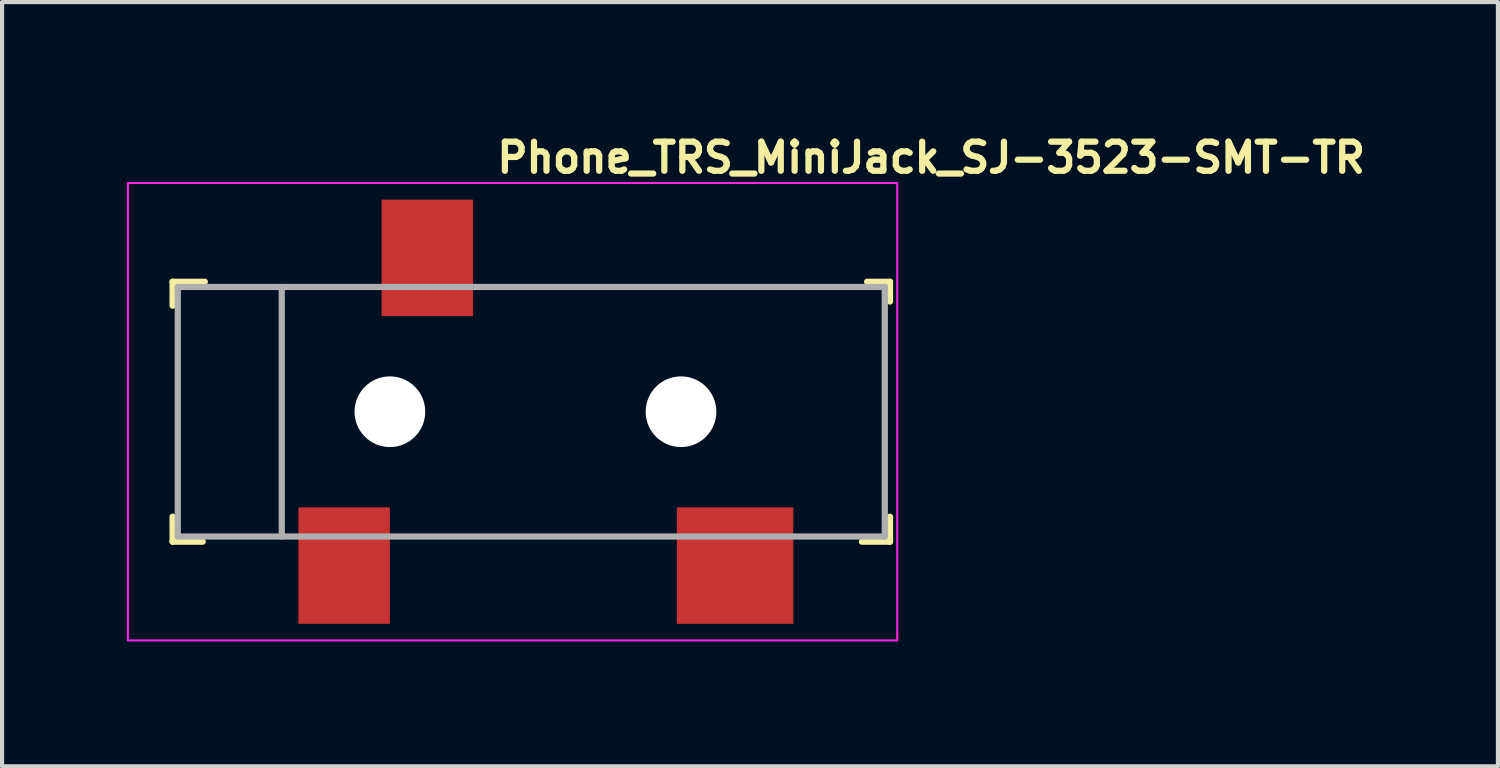
<source format=kicad_pcb>
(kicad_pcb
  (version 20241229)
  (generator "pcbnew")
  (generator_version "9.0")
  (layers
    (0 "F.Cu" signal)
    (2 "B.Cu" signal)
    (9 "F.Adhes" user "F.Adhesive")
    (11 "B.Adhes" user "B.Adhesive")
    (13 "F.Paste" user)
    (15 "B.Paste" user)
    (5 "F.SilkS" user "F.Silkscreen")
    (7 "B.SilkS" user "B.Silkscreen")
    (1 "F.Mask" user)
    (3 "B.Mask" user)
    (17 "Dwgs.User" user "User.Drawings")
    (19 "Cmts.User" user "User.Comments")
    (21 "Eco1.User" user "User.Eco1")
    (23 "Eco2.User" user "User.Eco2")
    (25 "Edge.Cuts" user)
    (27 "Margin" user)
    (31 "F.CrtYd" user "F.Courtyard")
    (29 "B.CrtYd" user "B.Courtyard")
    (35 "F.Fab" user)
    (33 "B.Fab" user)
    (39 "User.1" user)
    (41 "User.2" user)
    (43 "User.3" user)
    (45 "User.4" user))
  (footprint "Phone_TRS_MiniJack_SJ-3523-SMT-TR"
    (layer "F.Cu")
    (at 8.825 6.85)
    (property "Reference" "Phone_TRS_MiniJack_SJ-3523-SMT-TR" (at 0 -5.7 0) (layer "F.SilkS") (effects (font (size 0.7 0.7) (thickness 0.15)) (justify left bottom)))
    (attr smd)
    (fp_line (start -7.725 -3.125) (end -7.725 -2.55) (stroke (width 0.15) (type solid)) (layer "F.SilkS"))
    (fp_line (start -7.725 2.525) (end -7.725 3.125) (stroke (width 0.15) (type solid)) (layer "F.SilkS"))
    (fp_line (start -7.725 3.125) (end -7 3.125) (stroke (width 0.15) (type solid)) (layer "F.SilkS"))
    (fp_line (start -6.95 -3.125) (end -7.725 -3.125) (stroke (width 0.15) (type solid)) (layer "F.SilkS"))
    (fp_line (start 8.975 -3.125) (end 9.525 -3.125) (stroke (width 0.15) (type solid)) (layer "F.SilkS"))
    (fp_line (start 9.525 -3.125) (end 9.525 -2.65) (stroke (width 0.15) (type solid)) (layer "F.SilkS"))
    (fp_line (start 9.525 2.525) (end 9.525 3.125) (stroke (width 0.15) (type solid)) (layer "F.SilkS"))
    (fp_line (start 9.525 3.125) (end 8.85 3.125) (stroke (width 0.15) (type solid)) (layer "F.SilkS"))
    (fp_rect (start -8.8 -5.5) (end 9.7 5.5) (stroke (width 0.05) (type solid)) (fill no) (layer "F.CrtYd"))
    (fp_line (start -7.6 -3) (end -7.6 3) (stroke (width 0.15) (type solid)) (layer "F.Fab"))
    (fp_line (start -5.1 -3) (end -5.1 3) (stroke (width 0.15) (type solid)) (layer "F.Fab"))
    (fp_line (start 9.4 -3) (end -7.6 -3) (stroke (width 0.15) (type solid)) (layer "F.Fab"))
    (fp_line (start 9.4 -3) (end 9.4 3) (stroke (width 0.15) (type solid)) (layer "F.Fab"))
    (fp_line (start 9.4 3) (end -7.6 3) (stroke (width 0.15) (type solid)) (layer "F.Fab"))
    (fp_rect (start -8.5 -4.5) (end 8.5 4.5) (stroke (width 0.1) (type solid)) (fill no) (layer "User.5"))
    (fp_line (start -8.5 -2.325) (end -8.325 -2.5) (stroke (width 0.02) (type solid)) (layer "User.9"))
    (fp_line (start -8.5 -2.267) (end -8.5 -2.325) (stroke (width 0.02) (type solid)) (layer "User.9"))
    (fp_line (start -8.5 -2.267) (end -8.5 -2.267) (stroke (width 0.02) (type solid)) (layer "User.9"))
    (fp_line (start -8.5 -2.095) (end -8.5 -2.267) (stroke (width 0.02) (type solid)) (layer "User.9"))
    (fp_line (start -8.5 -2.095) (end -8.5 -2.095) (stroke (width 0.02) (type solid)) (layer "User.9"))
    (fp_line (start -8.5 -1.818) (end -8.5 -2.095) (stroke (width 0.02) (type solid)) (layer "User.9"))
    (fp_line (start -8.5 -1.818) (end -8.5 -1.818) (stroke (width 0.02) (type solid)) (layer "User.9"))
    (fp_line (start -8.5 -1.45) (end -8.5 -1.818) (stroke (width 0.02) (type solid)) (layer "User.9"))
    (fp_line (start -8.5 -1.45) (end -8.5 -1.45) (stroke (width 0.02) (type solid)) (layer "User.9"))
    (fp_line (start -8.5 -1.009) (end -8.5 -1.45) (stroke (width 0.02) (type solid)) (layer "User.9"))
    (fp_line (start -8.5 -1.009) (end -8.5 -1.009) (stroke (width 0.02) (type solid)) (layer "User.9"))
    (fp_line (start -8.5 -0.517) (end -8.5 -1.009) (stroke (width 0.02) (type solid)) (layer "User.9"))
    (fp_line (start -8.5 -0.517) (end -8.5 -0.517) (stroke (width 0.02) (type solid)) (layer "User.9"))
    (fp_line (start -8.5 0) (end -8.5 -0.517) (stroke (width 0.02) (type solid)) (layer "User.9"))
    (fp_line (start -8.5 0) (end -8.5 0) (stroke (width 0.02) (type solid)) (layer "User.9"))
    (fp_line (start -8.5 0.517) (end -8.5 0) (stroke (width 0.02) (type solid)) (layer "User.9"))
    (fp_line (start -8.5 0.517) (end -8.5 0.517) (stroke (width 0.02) (type solid)) (layer "User.9"))
    (fp_line (start -8.5 1.009) (end -8.5 0.517) (stroke (width 0.02) (type solid)) (layer "User.9"))
    (fp_line (start -8.5 1.009) (end -8.5 1.009) (stroke (width 0.02) (type solid)) (layer "User.9"))
    (fp_line (start -8.5 1.45) (end -8.5 1.009) (stroke (width 0.02) (type solid)) (layer "User.9"))
    (fp_line (start -8.5 1.45) (end -8.5 1.45) (stroke (width 0.02) (type solid)) (layer "User.9"))
    (fp_line (start -8.5 1.818) (end -8.5 1.45) (stroke (width 0.02) (type solid)) (layer "User.9"))
    (fp_line (start -8.5 1.818) (end -8.5 1.818) (stroke (width 0.02) (type solid)) (layer "User.9"))
    (fp_line (start -8.5 2.095) (end -8.5 1.818) (stroke (width 0.02) (type solid)) (layer "User.9"))
    (fp_line (start -8.5 2.095) (end -8.5 2.095) (stroke (width 0.02) (type solid)) (layer "User.9"))
    (fp_line (start -8.5 2.267) (end -8.5 2.095) (stroke (width 0.02) (type solid)) (layer "User.9"))
    (fp_line (start -8.5 2.267) (end -8.5 2.267) (stroke (width 0.02) (type solid)) (layer "User.9"))
    (fp_line (start -8.5 2.325) (end -8.5 2.267) (stroke (width 0.02) (type solid)) (layer "User.9"))
    (fp_line (start -8.5 2.325) (end -8.325 2.5) (stroke (width 0.02) (type solid)) (layer "User.9"))
    (fp_line (start -8.325 -2.5) (end -8.325 -2.484) (stroke (width 0.02) (type solid)) (layer "User.9"))
    (fp_line (start -8.325 -2.484) (end -8.325 -2.484) (stroke (width 0.02) (type solid)) (layer "User.9"))
    (fp_line (start -8.325 -2.484) (end -8.325 -2.437) (stroke (width 0.02) (type solid)) (layer "User.9"))
    (fp_line (start -8.325 -2.437) (end -8.325 -2.437) (stroke (width 0.02) (type solid)) (layer "User.9"))
    (fp_line (start -8.325 -2.437) (end -8.325 -2.36) (stroke (width 0.02) (type solid)) (layer "User.9"))
    (fp_line (start -8.325 -2.36) (end -8.325 -2.36) (stroke (width 0.02) (type solid)) (layer "User.9"))
    (fp_line (start -8.325 -2.36) (end -8.325 -2.252) (stroke (width 0.02) (type solid)) (layer "User.9"))
    (fp_line (start -8.325 -2.252) (end -8.325 -2.252) (stroke (width 0.02) (type solid)) (layer "User.9"))
    (fp_line (start -8.325 -2.252) (end -8.325 -2.117) (stroke (width 0.02) (type solid)) (layer "User.9"))
    (fp_line (start -8.325 -2.117) (end -8.325 -2.117) (stroke (width 0.02) (type solid)) (layer "User.9"))
    (fp_line (start -8.325 -2.117) (end -8.325 -1.955) (stroke (width 0.02) (type solid)) (layer "User.9"))
    (fp_line (start -8.325 -1.955) (end -8.325 -1.955) (stroke (width 0.02) (type solid)) (layer "User.9"))
    (fp_line (start -8.325 -1.955) (end -8.325 -1.768) (stroke (width 0.02) (type solid)) (layer "User.9"))
    (fp_line (start -8.325 -1.768) (end -8.325 -1.768) (stroke (width 0.02) (type solid)) (layer "User.9"))
    (fp_line (start -8.325 -1.768) (end -8.325 -1.559) (stroke (width 0.02) (type solid)) (layer "User.9"))
    (fp_line (start -8.325 -1.559) (end -8.325 -1.559) (stroke (width 0.02) (type solid)) (layer "User.9"))
    (fp_line (start -8.325 -1.559) (end -8.325 -1.33) (stroke (width 0.02) (type solid)) (layer "User.9"))
    (fp_line (start -8.325 -1.33) (end -8.325 -1.33) (stroke (width 0.02) (type solid)) (layer "User.9"))
    (fp_line (start -8.325 -1.33) (end -8.325 -1.085) (stroke (width 0.02) (type solid)) (layer "User.9"))
    (fp_line (start -8.325 -1.085) (end -8.325 -1.085) (stroke (width 0.02) (type solid)) (layer "User.9"))
    (fp_line (start -8.325 -1.085) (end -8.325 -0.826) (stroke (width 0.02) (type solid)) (layer "User.9"))
    (fp_line (start -8.325 -0.826) (end -8.325 -0.826) (stroke (width 0.02) (type solid)) (layer "User.9"))
    (fp_line (start -8.325 -0.826) (end -8.325 -0.556) (stroke (width 0.02) (type solid)) (layer "User.9"))
    (fp_line (start -8.325 -0.556) (end -8.325 -0.556) (stroke (width 0.02) (type solid)) (layer "User.9"))
    (fp_line (start -8.325 -0.556) (end -8.325 0) (stroke (width 0.02) (type solid)) (layer "User.9"))
    (fp_line (start -8.325 0) (end -8.325 0.28) (stroke (width 0.02) (type solid)) (layer "User.9"))
    (fp_line (start -8.325 0.28) (end -8.325 0.28) (stroke (width 0.02) (type solid)) (layer "User.9"))
    (fp_line (start -8.325 0.28) (end -8.325 0.826) (stroke (width 0.02) (type solid)) (layer "User.9"))
    (fp_line (start -8.325 0.826) (end -8.325 0.826) (stroke (width 0.02) (type solid)) (layer "User.9"))
    (fp_line (start -8.325 0.826) (end -8.325 1.085) (stroke (width 0.02) (type solid)) (layer "User.9"))
    (fp_line (start -8.325 1.085) (end -8.325 1.085) (stroke (width 0.02) (type solid)) (layer "User.9"))
    (fp_line (start -8.325 1.085) (end -8.325 1.33) (stroke (width 0.02) (type solid)) (layer "User.9"))
    (fp_line (start -8.325 1.33) (end -8.325 1.33) (stroke (width 0.02) (type solid)) (layer "User.9"))
    (fp_line (start -8.325 1.33) (end -8.325 1.559) (stroke (width 0.02) (type solid)) (layer "User.9"))
    (fp_line (start -8.325 1.559) (end -8.325 1.559) (stroke (width 0.02) (type solid)) (layer "User.9"))
    (fp_line (start -8.325 1.559) (end -8.325 1.768) (stroke (width 0.02) (type solid)) (layer "User.9"))
    (fp_line (start -8.325 1.768) (end -8.325 1.768) (stroke (width 0.02) (type solid)) (layer "User.9"))
    (fp_line (start -8.325 1.768) (end -8.325 1.955) (stroke (width 0.02) (type solid)) (layer "User.9"))
    (fp_line (start -8.325 1.955) (end -8.325 1.955) (stroke (width 0.02) (type solid)) (layer "User.9"))
    (fp_line (start -8.325 1.955) (end -8.325 2.117) (stroke (width 0.02) (type solid)) (layer "User.9"))
    (fp_line (start -8.325 2.117) (end -8.325 2.117) (stroke (width 0.02) (type solid)) (layer "User.9"))
    (fp_line (start -8.325 2.117) (end -8.325 2.252) (stroke (width 0.02) (type solid)) (layer "User.9"))
    (fp_line (start -8.325 2.252) (end -8.325 2.252) (stroke (width 0.02) (type solid)) (layer "User.9"))
    (fp_line (start -8.325 2.252) (end -8.325 2.36) (stroke (width 0.02) (type solid)) (layer "User.9"))
    (fp_line (start -8.325 2.36) (end -8.325 2.36) (stroke (width 0.02) (type solid)) (layer "User.9"))
    (fp_line (start -8.325 2.36) (end -8.325 2.437) (stroke (width 0.02) (type solid)) (layer "User.9"))
    (fp_line (start -8.325 2.437) (end -8.325 2.437) (stroke (width 0.02) (type solid)) (layer "User.9"))
    (fp_line (start -8.325 2.437) (end -8.325 2.484) (stroke (width 0.02) (type solid)) (layer "User.9"))
    (fp_line (start -8.325 2.484) (end -8.325 2.484) (stroke (width 0.02) (type solid)) (layer "User.9"))
    (fp_line (start -8.325 2.484) (end -8.325 2.5) (stroke (width 0.02) (type solid)) (layer "User.9"))
    (fp_line (start -6 -2.5) (end -8.325 -2.5) (stroke (width 0.02) (type solid)) (layer "User.9"))
    (fp_line (start -6 0) (end -6 -3) (stroke (width 0.02) (type solid)) (layer "User.9"))
    (fp_line (start -6 2.5) (end -8.325 2.5) (stroke (width 0.02) (type solid)) (layer "User.9"))
    (fp_line (start -6 3) (end -6 0) (stroke (width 0.02) (type solid)) (layer "User.9"))
    (fp_line (start -5.1 2.375) (end -5.1 3) (stroke (width 0.02) (type solid)) (layer "User.9"))
    (fp_line (start -5.1 3) (end -6 3) (stroke (width 0.02) (type solid)) (layer "User.9"))
    (fp_line (start -4.1 2.825) (end -4.1 2.625) (stroke (width 0.02) (type solid)) (layer "User.9"))
    (fp_line (start -4.1 4.5) (end -4.1 2.825) (stroke (width 0.02) (type solid)) (layer "User.9"))
    (fp_line (start -3.1 2.375) (end -5.1 2.375) (stroke (width 0.02) (type solid)) (layer "User.9"))
    (fp_line (start -3.1 2.625) (end -5.1 2.625) (stroke (width 0.02) (type solid)) (layer "User.9"))
    (fp_line (start -3.1 3) (end -3.1 2.375) (stroke (width 0.02) (type solid)) (layer "User.9"))
    (fp_line (start -3.1 3) (end -3.1 4.5) (stroke (width 0.02) (type solid)) (layer "User.9"))
    (fp_line (start -3.1 4.5) (end -4.1 4.5) (stroke (width 0.02) (type solid)) (layer "User.9"))
    (fp_line (start -2.1 -4.5) (end -1.1 -4.5) (stroke (width 0.02) (type solid)) (layer "User.9"))
    (fp_line (start -2.1 -3) (end -6 -3) (stroke (width 0.02) (type solid)) (layer "User.9"))
    (fp_line (start -2.1 -3) (end -2.1 -4.5) (stroke (width 0.02) (type solid)) (layer "User.9"))
    (fp_line (start -2.1 -2.625) (end -0.1 -2.625) (stroke (width 0.02) (type solid)) (layer "User.9"))
    (fp_line (start -2.1 -2.375) (end -2.1 -3) (stroke (width 0.02) (type solid)) (layer "User.9"))
    (fp_line (start -1.1 -4.5) (end -1.1 -2.825) (stroke (width 0.02) (type solid)) (layer "User.9"))
    (fp_line (start -1.1 -2.825) (end -1.1 -2.625) (stroke (width 0.02) (type solid)) (layer "User.9"))
    (fp_line (start -0.1 -3) (end -0.1 -2.375) (stroke (width 0.02) (type solid)) (layer "User.9"))
    (fp_line (start -0.1 -2.375) (end -2.1 -2.375) (stroke (width 0.02) (type solid)) (layer "User.9"))
    (fp_line (start 5.05 4.5) (end 5.05 3) (stroke (width 0.02) (type solid)) (layer "User.9"))
    (fp_line (start 6.55 3) (end 6.55 4.5) (stroke (width 0.02) (type solid)) (layer "User.9"))
    (fp_line (start 6.55 4.5) (end 5.05 4.5) (stroke (width 0.02) (type solid)) (layer "User.9"))
    (fp_line (start 8.5 -3) (end -0.1 -3) (stroke (width 0.02) (type solid)) (layer "User.9"))
    (fp_line (start 8.5 3) (end -3.1 3) (stroke (width 0.02) (type solid)) (layer "User.9"))
    (fp_line (start 8.5 3) (end 8.5 -3) (stroke (width 0.02) (type solid)) (layer "User.9"))
    (pad "" np_thru_hole circle (at -2.5 0) (size 1.7 1.7) (drill 1.7) (layers "*.Cu" "*.Mask"))
    (pad "" np_thru_hole circle (at 4.5 0) (size 1.7 1.7) (drill 1.7) (layers "*.Cu" "*.Mask"))
    (pad "1" smd rect (at -3.6 3.7) (size 2.2 2.8) (layers "F.Cu" "F.Mask" "F.Paste"))
    (pad "2" smd rect (at 5.8 3.7) (size 2.8 2.8) (layers "F.Cu" "F.Mask" "F.Paste"))
    (pad "3" smd rect (at -1.6 -3.7) (size 2.2 2.8) (layers "F.Cu" "F.Mask" "F.Paste")))
  (gr_rect
    (start -3 -3)
    (end 32.968 15.375)
    (stroke (width 0.1) (type default))
    (fill no)
    (layer "Edge.Cuts")))
</source>
